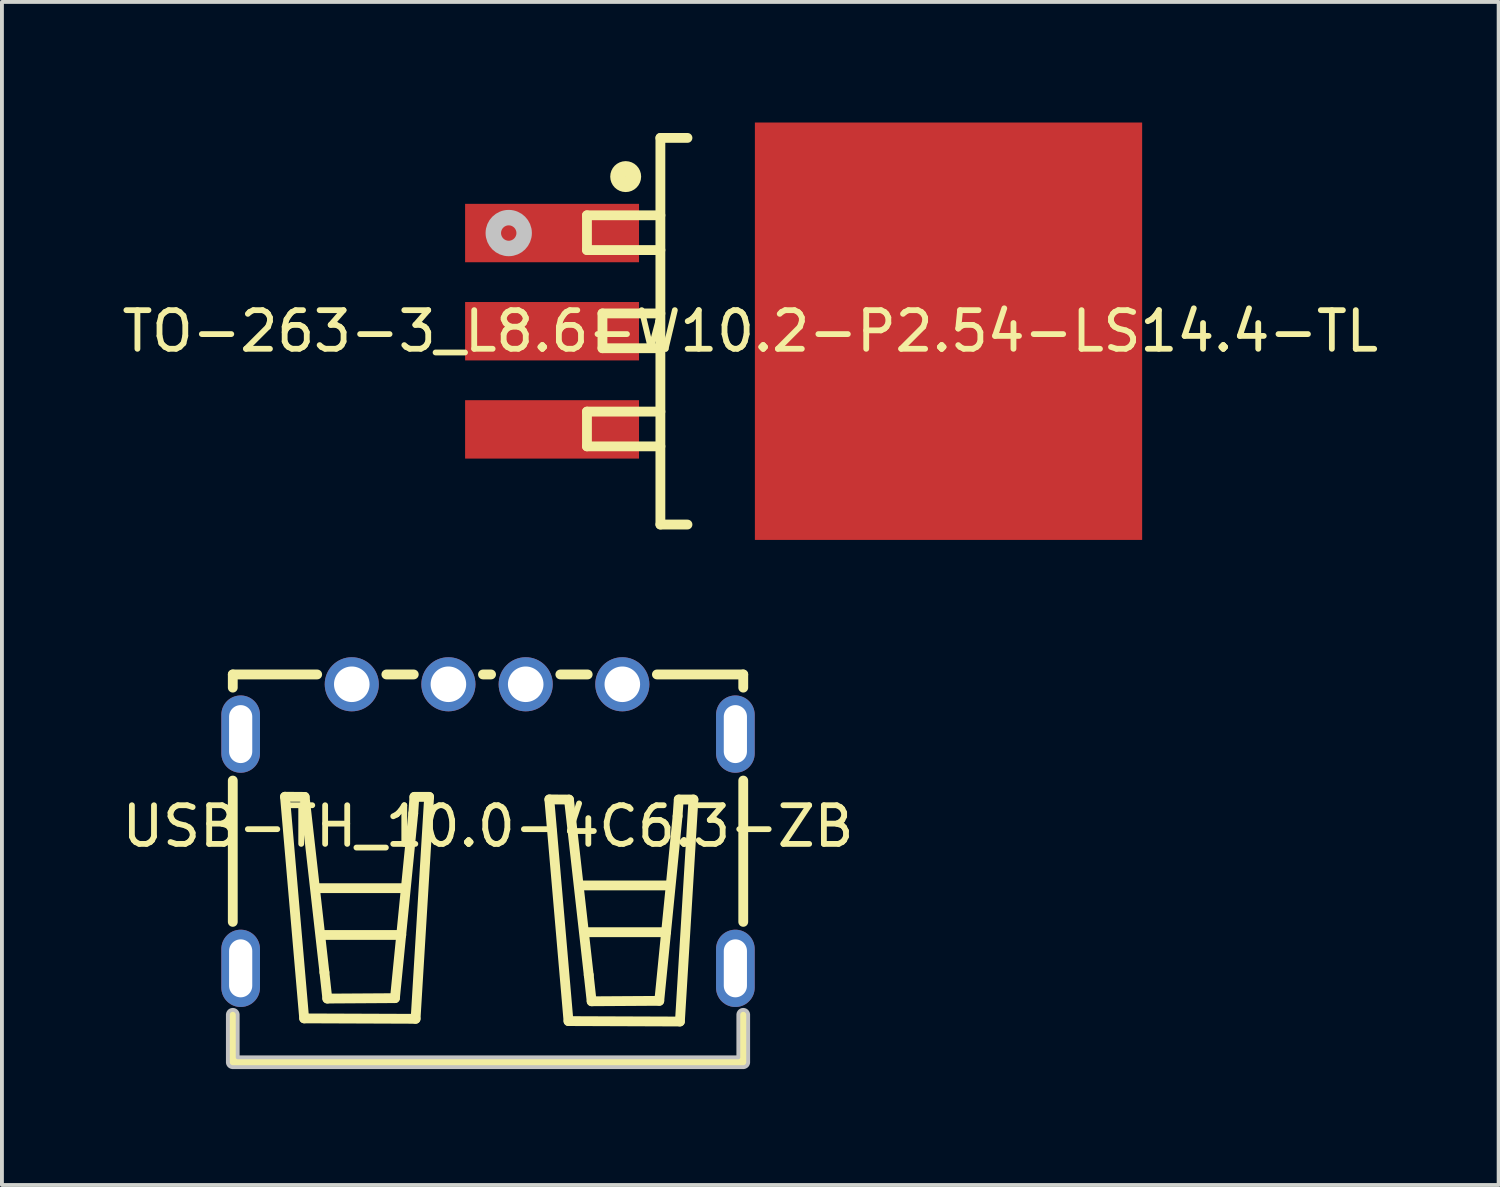
<source format=kicad_pcb>
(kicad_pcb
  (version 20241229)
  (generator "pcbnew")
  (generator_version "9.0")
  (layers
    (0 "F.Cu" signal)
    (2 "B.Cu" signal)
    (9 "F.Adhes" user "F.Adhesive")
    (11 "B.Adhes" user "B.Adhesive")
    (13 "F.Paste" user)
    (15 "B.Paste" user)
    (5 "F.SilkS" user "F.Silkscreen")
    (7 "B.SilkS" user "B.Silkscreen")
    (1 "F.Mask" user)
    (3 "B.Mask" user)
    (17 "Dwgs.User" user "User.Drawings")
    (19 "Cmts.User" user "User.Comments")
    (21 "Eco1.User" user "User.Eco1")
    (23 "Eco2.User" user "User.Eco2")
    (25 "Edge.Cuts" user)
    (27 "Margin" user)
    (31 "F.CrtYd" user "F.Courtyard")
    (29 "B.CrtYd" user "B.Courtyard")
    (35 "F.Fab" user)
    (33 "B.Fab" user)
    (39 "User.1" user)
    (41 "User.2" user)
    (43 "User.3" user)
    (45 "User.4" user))
  (footprint "TO-263-3_L8.6-W10.2-P2.54-LS14.4-TL"
    (layer "F.Cu")
    (at 16.363 5.52)
    (property "Reference" "TO-263-3_L8.6-W10.2-P2.54-LS14.4-TL" (at 0 0 0) (unlocked yes) (layer "F.SilkS") (effects (font (size 1 1) (thickness 0.15))))
    (fp_line (start -4.226 -2.1) (end -4.226 -2.999) (stroke (width 0.254) (type default)) (layer "F.SilkS"))
    (fp_line (start -4.226 2.08) (end -2.326 2.08) (stroke (width 0.254) (type default)) (layer "F.SilkS"))
    (fp_line (start -4.226 2.979) (end -4.226 2.08) (stroke (width 0.254) (type default)) (layer "F.SilkS"))
    (fp_line (start -3.825 -0.46) (end -2.326 -0.46) (stroke (width 0.254) (type default)) (layer "F.SilkS"))
    (fp_line (start -3.825 0.44) (end -3.825 -0.46) (stroke (width 0.254) (type default)) (layer "F.SilkS"))
    (fp_line (start -2.326 -5.002) (end -1.625 -5.002) (stroke (width 0.254) (type default)) (layer "F.SilkS"))
    (fp_line (start -2.326 -2.999) (end -4.226 -2.999) (stroke (width 0.254) (type default)) (layer "F.SilkS"))
    (fp_line (start -2.326 -2.1) (end -4.226 -2.1) (stroke (width 0.254) (type default)) (layer "F.SilkS"))
    (fp_line (start -2.326 0.44) (end -3.825 0.44) (stroke (width 0.254) (type default)) (layer "F.SilkS"))
    (fp_line (start -2.326 2.979) (end -4.226 2.979) (stroke (width 0.254) (type default)) (layer "F.SilkS"))
    (fp_line (start -2.326 5.002) (end -2.326 -5.002) (stroke (width 0.254) (type default)) (layer "F.SilkS"))
    (fp_line (start -1.625 5.002) (end -2.326 5.002) (stroke (width 0.254) (type default)) (layer "F.SilkS"))
    (fp_arc (start -3.2225 -4.201) (mid -3.224 -3.799994) (end -3.2255 -4.201) (stroke (width 0.399) (type default)) (layer "F.SilkS"))
    (fp_circle (center -6.25 -2.54) (end -6.051 -2.54) (stroke (width 0.4) (type default)) (fill no) (layer "Dwgs.User"))
    (fp_poly (pts (xy -3.736 -2.933) (xy -3.736 -2.147) (xy -6.021 -2.147) (xy -6.021 -2.933)) (stroke (width 0.1) (type default)) (fill no) (layer "User.1"))
    (fp_poly (pts (xy -3.736 -0.393) (xy -3.736 0.393) (xy -6.021 0.393) (xy -6.021 -0.393)) (stroke (width 0.1) (type default)) (fill no) (layer "User.1"))
    (fp_poly (pts (xy -3.736 2.147) (xy -3.736 2.933) (xy -6.021 2.933) (xy -6.021 2.147)) (stroke (width 0.1) (type default)) (fill no) (layer "User.1"))
    (fp_poly (pts (xy -2.152 -2.141) (xy -3.752 -2.141) (xy -3.752 -2.941) (xy -2.152 -2.941)) (stroke (width 0.1) (type default)) (fill no) (layer "User.1"))
    (fp_poly (pts (xy -2.152 0.399) (xy -3.752 0.399) (xy -3.752 -0.401) (xy -2.152 -0.401)) (stroke (width 0.1) (type default)) (fill no) (layer "User.1"))
    (fp_poly (pts (xy -2.152 2.939) (xy -3.752 2.939) (xy -3.752 2.139) (xy -2.152 2.139)) (stroke (width 0.1) (type default)) (fill no) (layer "User.1"))
    (fp_poly (pts (xy 8.398 -5.41) (xy 6.441 -5.41) (xy 6.441 -4.14) (xy 1.387 -4.14) (xy 1.387 4.14) (xy 1.361 4.165) (xy 6.467 4.165) (xy 6.467 5.385) (xy 8.398 5.385)) (stroke (width 0.1) (type default)) (fill no) (layer "User.1"))
    (fp_line (start -2.161 -5.106) (end 6.039 -5.106) (stroke (width 0.051) (type default)) (layer "User.2"))
    (fp_line (start -2.161 5.095) (end -2.161 -5.106) (stroke (width 0.051) (type default)) (layer "User.2"))
    (fp_line (start 6.039 -5.106) (end 6.039 5.095) (stroke (width 0.051) (type default)) (layer "User.2"))
    (fp_line (start 6.039 5.095) (end -2.161 5.095) (stroke (width 0.051) (type default)) (layer "User.2"))
    (fp_poly (pts (xy -5.962 -5.41) (xy -5.979 -5.452) (xy -6.021 -5.47) (xy -6.064 -5.452) (xy -6.082 -5.41) (xy -6.064 -5.368) (xy -6.021 -5.35) (xy -5.979 -5.368)) (stroke (width 0.1) (type default)) (fill no) (layer "User.3"))
    (pad "1" smd rect (at -5.129 -2.54) (size 4.5 1.511) (layers "F.Cu" "F.Mask" "F.Paste"))
    (pad "2" smd rect (at -5.129 0) (size 4.5 1.511) (layers "F.Cu" "F.Mask" "F.Paste"))
    (pad "3" smd rect (at -5.129 2.54) (size 4.5 1.511) (layers "F.Cu" "F.Mask" "F.Paste"))
    (pad "4" smd rect (at 5.129 0) (size 10.02 10.8) (layers "F.Cu" "F.Mask" "F.Paste")))
  (footprint "USB-TH_10.0-4C6.3-ZB"
    (layer "F.Cu")
    (at 9.577 18.33)
    (property "Reference" "USB-TH_10.0-4C6.3-ZB" (at 0 0 0) (unlocked yes) (layer "F.SilkS") (effects (font (size 1 1) (thickness 0.15))))
    (fp_line (start -6.604 -3.929) (end -6.604 -3.588) (stroke (width 0.254) (type default)) (layer "F.SilkS"))
    (fp_line (start -6.604 -1.184) (end -6.604 2.473) (stroke (width 0.254) (type default)) (layer "F.SilkS"))
    (fp_line (start -6.604 4.877) (end -6.604 6.104) (stroke (width 0.254) (type default)) (layer "F.SilkS"))
    (fp_line (start -6.604 6.104) (end 6.604 6.104) (stroke (width 0.254) (type default)) (layer "F.SilkS"))
    (fp_line (start -5.253 -0.765) (end -4.744 -0.761) (stroke (width 0.254) (type default)) (layer "F.SilkS"))
    (fp_line (start -4.757 4.97) (end -5.253 -0.765) (stroke (width 0.254) (type default)) (layer "F.SilkS"))
    (fp_line (start -4.744 -0.761) (end -4.233 3.779) (stroke (width 0.254) (type default)) (layer "F.SilkS"))
    (fp_line (start -4.42 -3.929) (end -6.604 -3.929) (stroke (width 0.254) (type default)) (layer "F.SilkS"))
    (fp_line (start -4.415 1.601) (end -2.155 1.601) (stroke (width 0.254) (type default)) (layer "F.SilkS"))
    (fp_line (start -4.274 2.812) (end -2.244 2.812) (stroke (width 0.254) (type default)) (layer "F.SilkS"))
    (fp_line (start -4.233 3.779) (end -4.158 4.457) (stroke (width 0.254) (type default)) (layer "F.SilkS"))
    (fp_line (start -4.158 4.457) (end -2.408 4.446) (stroke (width 0.254) (type default)) (layer "F.SilkS"))
    (fp_line (start -2.408 4.446) (end -1.935 -0.332) (stroke (width 0.254) (type default)) (layer "F.SilkS"))
    (fp_line (start -1.935 -0.332) (end -1.905 -0.762) (stroke (width 0.254) (type default)) (layer "F.SilkS"))
    (fp_line (start -1.921 -3.929) (end -2.63 -3.929) (stroke (width 0.254) (type default)) (layer "F.SilkS"))
    (fp_line (start -1.905 -0.762) (end -1.524 -0.762) (stroke (width 0.254) (type default)) (layer "F.SilkS"))
    (fp_line (start -1.874 4.981) (end -4.757 4.97) (stroke (width 0.254) (type default)) (layer "F.SilkS"))
    (fp_line (start -1.524 -0.762) (end -1.874 4.981) (stroke (width 0.254) (type default)) (layer "F.SilkS"))
    (fp_line (start 0.079 -3.929) (end -0.13 -3.929) (stroke (width 0.254) (type default)) (layer "F.SilkS"))
    (fp_line (start 1.587 -0.696) (end 2.095 -0.692) (stroke (width 0.254) (type default)) (layer "F.SilkS"))
    (fp_line (start 2.082 5.04) (end 1.587 -0.696) (stroke (width 0.254) (type default)) (layer "F.SilkS"))
    (fp_line (start 2.095 -0.692) (end 2.606 3.849) (stroke (width 0.254) (type default)) (layer "F.SilkS"))
    (fp_line (start 2.436 1.53) (end 4.696 1.53) (stroke (width 0.254) (type default)) (layer "F.SilkS"))
    (fp_line (start 2.575 2.74) (end 4.605 2.74) (stroke (width 0.254) (type default)) (layer "F.SilkS"))
    (fp_line (start 2.579 -3.929) (end 1.871 -3.929) (stroke (width 0.254) (type default)) (layer "F.SilkS"))
    (fp_line (start 2.606 3.849) (end 2.681 4.527) (stroke (width 0.254) (type default)) (layer "F.SilkS"))
    (fp_line (start 2.681 4.527) (end 4.431 4.516) (stroke (width 0.254) (type default)) (layer "F.SilkS"))
    (fp_line (start 4.431 4.516) (end 4.905 -0.263) (stroke (width 0.254) (type default)) (layer "F.SilkS"))
    (fp_line (start 4.905 -0.263) (end 4.935 -0.693) (stroke (width 0.254) (type default)) (layer "F.SilkS"))
    (fp_line (start 4.935 -0.693) (end 5.315 -0.693) (stroke (width 0.254) (type default)) (layer "F.SilkS"))
    (fp_line (start 4.965 5.051) (end 2.082 5.04) (stroke (width 0.254) (type default)) (layer "F.SilkS"))
    (fp_line (start 5.315 -0.693) (end 4.965 5.051) (stroke (width 0.254) (type default)) (layer "F.SilkS"))
    (fp_line (start 6.604 -3.929) (end 4.37 -3.929) (stroke (width 0.254) (type default)) (layer "F.SilkS"))
    (fp_line (start 6.604 -3.588) (end 6.604 -3.929) (stroke (width 0.254) (type default)) (layer "F.SilkS"))
    (fp_line (start 6.604 2.473) (end 6.604 -1.184) (stroke (width 0.254) (type default)) (layer "F.SilkS"))
    (fp_line (start 6.604 6.104) (end 6.604 4.877) (stroke (width 0.254) (type default)) (layer "F.SilkS"))
    (fp_poly (pts (arc (start -6.731 4.877) (mid -6.604 4.75) (end -6.477 4.877)) (xy -6.477 5.977) (xy 6.477 5.977) (arc (start 6.477 4.877) (mid 6.604 4.75) (end 6.731 4.877)) (arc (start 6.731 6.104) (mid 6.693803 6.193803) (end 6.604 6.231)) (arc (start -6.604 6.231) (mid -6.693803 6.193803) (end -6.731 6.104))) (stroke (width 0.1) (type default)) (fill no) (layer "Dwgs.User"))
    (fp_poly (pts (xy -6.25 -2.886) (xy -6.25 -1.886) (xy -6.55 -1.886) (xy -6.55 -2.886)) (stroke (width 0.1) (type default)) (fill no) (layer "User.1"))
    (fp_poly (pts (xy -6.25 3.175) (xy -6.25 4.175) (xy -6.55 4.175) (xy -6.55 3.175)) (stroke (width 0.1) (type default)) (fill no) (layer "User.1"))
    (fp_poly (pts (xy -3.775 -3.825) (xy -3.275 -3.825) (xy -3.275 -3.525) (xy -3.775 -3.525)) (stroke (width 0.1) (type default)) (fill no) (layer "User.1"))
    (fp_poly (pts (xy -1.275 -3.825) (xy -0.775 -3.825) (xy -0.775 -3.525) (xy -1.275 -3.525)) (stroke (width 0.1) (type default)) (fill no) (layer "User.1"))
    (fp_poly (pts (xy 0.725 -3.825) (xy 1.225 -3.825) (xy 1.225 -3.525) (xy 0.725 -3.525)) (stroke (width 0.1) (type default)) (fill no) (layer "User.1"))
    (fp_poly (pts (xy 3.225 -3.825) (xy 3.725 -3.825) (xy 3.725 -3.525) (xy 3.225 -3.525)) (stroke (width 0.1) (type default)) (fill no) (layer "User.1"))
    (fp_poly (pts (xy 6.55 -2.886) (xy 6.55 -1.886) (xy 6.25 -1.886) (xy 6.25 -2.886)) (stroke (width 0.1) (type default)) (fill no) (layer "User.1"))
    (fp_poly (pts (xy 6.55 3.175) (xy 6.55 4.175) (xy 6.25 4.175) (xy 6.25 3.175)) (stroke (width 0.1) (type default)) (fill no) (layer "User.1"))
    (fp_line (start -6.6 -3.925) (end 6.6 -3.925) (stroke (width 0.051) (type default)) (layer "User.2"))
    (fp_line (start -6.6 6.075) (end -6.6 -3.925) (stroke (width 0.051) (type default)) (layer "User.2"))
    (fp_line (start 6.6 -3.925) (end 6.6 6.075) (stroke (width 0.051) (type default)) (layer "User.2"))
    (fp_line (start 6.6 6.075) (end -6.6 6.075) (stroke (width 0.051) (type default)) (layer "User.2"))
    (fp_poly (pts (xy -6.54 -3.925) (xy -6.558 -3.967) (xy -6.6 -3.985) (xy -6.642 -3.967) (xy -6.66 -3.925) (xy -6.642 -3.883) (xy -6.6 -3.865) (xy -6.558 -3.883)) (stroke (width 0.1) (type default)) (fill no) (layer "User.3"))
    (pad "1" thru_hole circle (at -3.525 -3.675) (size 1.4 1.4) (drill 0.92) (layers "*.Cu" "*.Mask"))
    (pad "2" thru_hole circle (at -1.025 -3.675) (size 1.4 1.4) (drill 0.92) (layers "*.Cu" "*.Mask"))
    (pad "3" thru_hole circle (at 0.975 -3.675) (size 1.4 1.4) (drill 0.92) (layers "*.Cu" "*.Mask"))
    (pad "4" thru_hole circle (at 3.475 -3.675) (size 1.4 1.4) (drill 0.92) (layers "*.Cu" "*.Mask"))
    (pad "5" thru_hole oval (at -6.4 3.675 90) (size 2 1) (drill oval 1.5 0.6) (layers "*.Cu" "*.Mask"))
    (pad "6" thru_hole oval (at -6.4 -2.386 90) (size 2 1) (drill oval 1.5 0.6) (layers "*.Cu" "*.Mask"))
    (pad "7" thru_hole oval (at 6.4 3.675 90) (size 2 1) (drill oval 1.5 0.6) (layers "*.Cu" "*.Mask"))
    (pad "8" thru_hole oval (at 6.4 -2.386 90) (size 2 1) (drill oval 1.5 0.6) (layers "*.Cu" "*.Mask")))
  (gr_rect
    (start -3 -3)
    (end 35.726 27.611)
    (stroke (width 0.1) (type default))
    (fill no)
    (layer "Edge.Cuts")))
</source>
